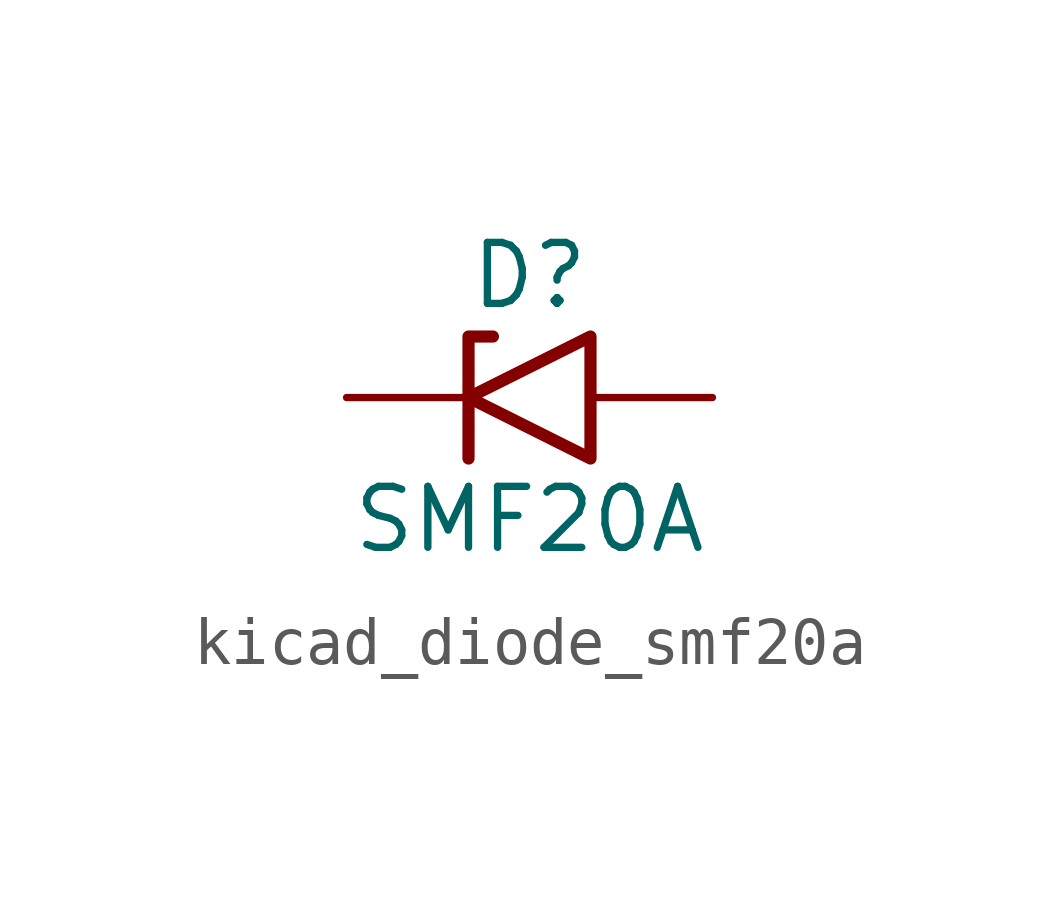
<source format=kicad_sym>
(kicad_symbol_lib
  (version 20220914)
  (generator kicad_symbol_editor)
  (symbol "kicad_diode_smf20a"
    (pin_numbers hide)
    (pin_names
      (offset 1.016) hide)
    (property "Reference" "D"
      (at 0 2.54 0)
      (effects (font (size 1.27 1.27))))
    (property "Value" "SMF20A"
      (at 0 -2.54 0)
      (effects (font (size 1.27 1.27))))
    (symbol "kicad_diode_smf20a_0_1"
      (polyline (pts (xy -0.762 1.27) (xy -1.27 1.27) (xy -1.27 -1.27)) (stroke (width 0.254) (type default)) (fill (type none)))
      (polyline (pts (xy 1.27 1.27) (xy 1.27 -1.27) (xy -1.27 0) (xy 1.27 1.27)) (stroke (width 0.254) (type default)) (fill (type none))))
    (symbol "kicad_diode_smf20a_1_1"
      (pin passive line (at -3.81 0 0) (length 2.54) (name "A1" (effects (font (size 1.27 1.27)))) (number "1" (effects (font (size 1.27 1.27)))))
      (pin passive line (at 3.81 0 180) (length 2.54) (name "A2" (effects (font (size 1.27 1.27)))) (number "2" (effects (font (size 1.27 1.27))))))))
</source>
